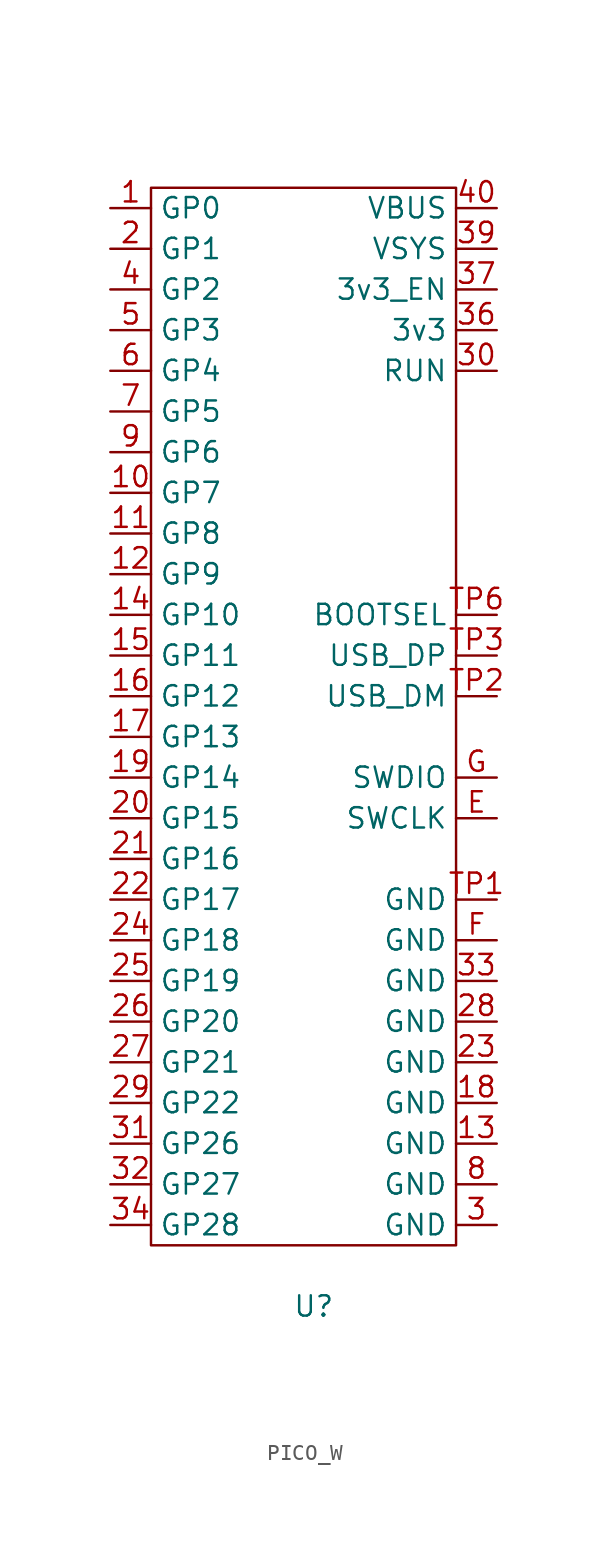
<source format=kicad_sym>
(kicad_symbol_lib
  (version 20231120)
  (generator "kicad_symbol_editor")
  (generator_version "8.0")
  (symbol "PICO_W"
    (property "Reference" "U"
      (at 0 0 0)
      (effects (font (size 1.27 1.27))))
    (property "Value" ""
      (at 0 0 0)
      (effects (font (size 1.27 1.27))))
    (symbol "PICO_W_0_1"
      (rectangle (start -10.16 69.85) (end 8.89 3.81) (stroke (width 0) (type default)) (fill (type none))))
    (symbol "PICO_W_1_1"
      (pin input line (at -12.7 68.58 0) (length 2.54) (name "GP0" (effects (font (size 1.27 1.27)))) (number "1" (effects (font (size 1.27 1.27)))))
      (pin input line (at -12.7 50.8 0) (length 2.54) (name "GP7" (effects (font (size 1.27 1.27)))) (number "10" (effects (font (size 1.27 1.27)))))
      (pin input line (at -12.7 48.26 0) (length 2.54) (name "GP8" (effects (font (size 1.27 1.27)))) (number "11" (effects (font (size 1.27 1.27)))))
      (pin input line (at -12.7 45.72 0) (length 2.54) (name "GP9" (effects (font (size 1.27 1.27)))) (number "12" (effects (font (size 1.27 1.27)))))
      (pin input line (at 11.43 10.16 180) (length 2.54) (name "GND" (effects (font (size 1.27 1.27)))) (number "13" (effects (font (size 1.27 1.27)))))
      (pin input line (at -12.7 43.18 0) (length 2.54) (name "GP10" (effects (font (size 1.27 1.27)))) (number "14" (effects (font (size 1.27 1.27)))))
      (pin input line (at -12.7 40.64 0) (length 2.54) (name "GP11" (effects (font (size 1.27 1.27)))) (number "15" (effects (font (size 1.27 1.27)))))
      (pin input line (at -12.7 38.1 0) (length 2.54) (name "GP12" (effects (font (size 1.27 1.27)))) (number "16" (effects (font (size 1.27 1.27)))))
      (pin input line (at -12.7 35.56 0) (length 2.54) (name "GP13" (effects (font (size 1.27 1.27)))) (number "17" (effects (font (size 1.27 1.27)))))
      (pin input line (at 11.43 12.7 180) (length 2.54) (name "GND" (effects (font (size 1.27 1.27)))) (number "18" (effects (font (size 1.27 1.27)))))
      (pin input line (at -12.7 33.02 0) (length 2.54) (name "GP14" (effects (font (size 1.27 1.27)))) (number "19" (effects (font (size 1.27 1.27)))))
      (pin input line (at -12.7 66.04 0) (length 2.54) (name "GP1" (effects (font (size 1.27 1.27)))) (number "2" (effects (font (size 1.27 1.27)))))
      (pin input line (at -12.7 30.48 0) (length 2.54) (name "GP15" (effects (font (size 1.27 1.27)))) (number "20" (effects (font (size 1.27 1.27)))))
      (pin input line (at -12.7 27.94 0) (length 2.54) (name "GP16" (effects (font (size 1.27 1.27)))) (number "21" (effects (font (size 1.27 1.27)))))
      (pin input line (at -12.7 25.4 0) (length 2.54) (name "GP17" (effects (font (size 1.27 1.27)))) (number "22" (effects (font (size 1.27 1.27)))))
      (pin input line (at 11.43 15.24 180) (length 2.54) (name "GND" (effects (font (size 1.27 1.27)))) (number "23" (effects (font (size 1.27 1.27)))))
      (pin input line (at -12.7 22.86 0) (length 2.54) (name "GP18" (effects (font (size 1.27 1.27)))) (number "24" (effects (font (size 1.27 1.27)))))
      (pin input line (at -12.7 20.32 0) (length 2.54) (name "GP19" (effects (font (size 1.27 1.27)))) (number "25" (effects (font (size 1.27 1.27)))))
      (pin input line (at -12.7 17.78 0) (length 2.54) (name "GP20" (effects (font (size 1.27 1.27)))) (number "26" (effects (font (size 1.27 1.27)))))
      (pin input line (at -12.7 15.24 0) (length 2.54) (name "GP21" (effects (font (size 1.27 1.27)))) (number "27" (effects (font (size 1.27 1.27)))))
      (pin input line (at 11.43 17.78 180) (length 2.54) (name "GND" (effects (font (size 1.27 1.27)))) (number "28" (effects (font (size 1.27 1.27)))))
      (pin input line (at -12.7 12.7 0) (length 2.54) (name "GP22" (effects (font (size 1.27 1.27)))) (number "29" (effects (font (size 1.27 1.27)))))
      (pin input line (at 11.43 5.08 180) (length 2.54) (name "GND" (effects (font (size 1.27 1.27)))) (number "3" (effects (font (size 1.27 1.27)))))
      (pin input line (at 11.43 58.42 180) (length 2.54) (name "RUN" (effects (font (size 1.27 1.27)))) (number "30" (effects (font (size 1.27 1.27)))))
      (pin input line (at -12.7 10.16 0) (length 2.54) (name "GP26" (effects (font (size 1.27 1.27)))) (number "31" (effects (font (size 1.27 1.27)))))
      (pin input line (at -12.7 7.62 0) (length 2.54) (name "GP27" (effects (font (size 1.27 1.27)))) (number "32" (effects (font (size 1.27 1.27)))))
      (pin input line (at 11.43 20.32 180) (length 2.54) (name "GND" (effects (font (size 1.27 1.27)))) (number "33" (effects (font (size 1.27 1.27)))))
      (pin input line (at -12.7 5.08 0) (length 2.54) (name "GP28" (effects (font (size 1.27 1.27)))) (number "34" (effects (font (size 1.27 1.27)))))
      (pin input line (at 11.43 60.96 180) (length 2.54) (name "3v3" (effects (font (size 1.27 1.27)))) (number "36" (effects (font (size 1.27 1.27)))))
      (pin input line (at 11.43 63.5 180) (length 2.54) (name "3v3_EN" (effects (font (size 1.27 1.27)))) (number "37" (effects (font (size 1.27 1.27)))))
      (pin input line (at 11.43 66.04 180) (length 2.54) (name "VSYS" (effects (font (size 1.27 1.27)))) (number "39" (effects (font (size 1.27 1.27)))))
      (pin input line (at -12.7 63.5 0) (length 2.54) (name "GP2" (effects (font (size 1.27 1.27)))) (number "4" (effects (font (size 1.27 1.27)))))
      (pin input line (at 11.43 68.58 180) (length 2.54) (name "VBUS" (effects (font (size 1.27 1.27)))) (number "40" (effects (font (size 1.27 1.27)))))
      (pin input line (at -12.7 60.96 0) (length 2.54) (name "GP3" (effects (font (size 1.27 1.27)))) (number "5" (effects (font (size 1.27 1.27)))))
      (pin input line (at -12.7 58.42 0) (length 2.54) (name "GP4" (effects (font (size 1.27 1.27)))) (number "6" (effects (font (size 1.27 1.27)))))
      (pin input line (at -12.7 55.88 0) (length 2.54) (name "GP5" (effects (font (size 1.27 1.27)))) (number "7" (effects (font (size 1.27 1.27)))))
      (pin input line (at 11.43 7.62 180) (length 2.54) (name "GND" (effects (font (size 1.27 1.27)))) (number "8" (effects (font (size 1.27 1.27)))))
      (pin input line (at -12.7 53.34 0) (length 2.54) (name "GP6" (effects (font (size 1.27 1.27)))) (number "9" (effects (font (size 1.27 1.27)))))
      (pin input line (at 11.43 30.48 180) (length 2.54) (name "SWCLK" (effects (font (size 1.27 1.27)))) (number "E" (effects (font (size 1.27 1.27)))))
      (pin input line (at 11.43 22.86 180) (length 2.54) (name "GND" (effects (font (size 1.27 1.27)))) (number "F" (effects (font (size 1.27 1.27)))))
      (pin input line (at 11.43 33.02 180) (length 2.54) (name "SWDIO" (effects (font (size 1.27 1.27)))) (number "G" (effects (font (size 1.27 1.27)))))
      (pin input line (at 11.43 25.4 180) (length 2.54) (name "GND" (effects (font (size 1.27 1.27)))) (number "TP1" (effects (font (size 1.27 1.27)))))
      (pin input line (at 11.43 38.1 180) (length 2.54) (name "USB_DM" (effects (font (size 1.27 1.27)))) (number "TP2" (effects (font (size 1.27 1.27)))))
      (pin input line (at 11.43 40.64 180) (length 2.54) (name "USB_DP" (effects (font (size 1.27 1.27)))) (number "TP3" (effects (font (size 1.27 1.27)))))
      (pin input line (at 11.43 43.18 180) (length 2.54) (name "BOOTSEL" (effects (font (size 1.27 1.27)))) (number "TP6" (effects (font (size 1.27 1.27))))))))
</source>
